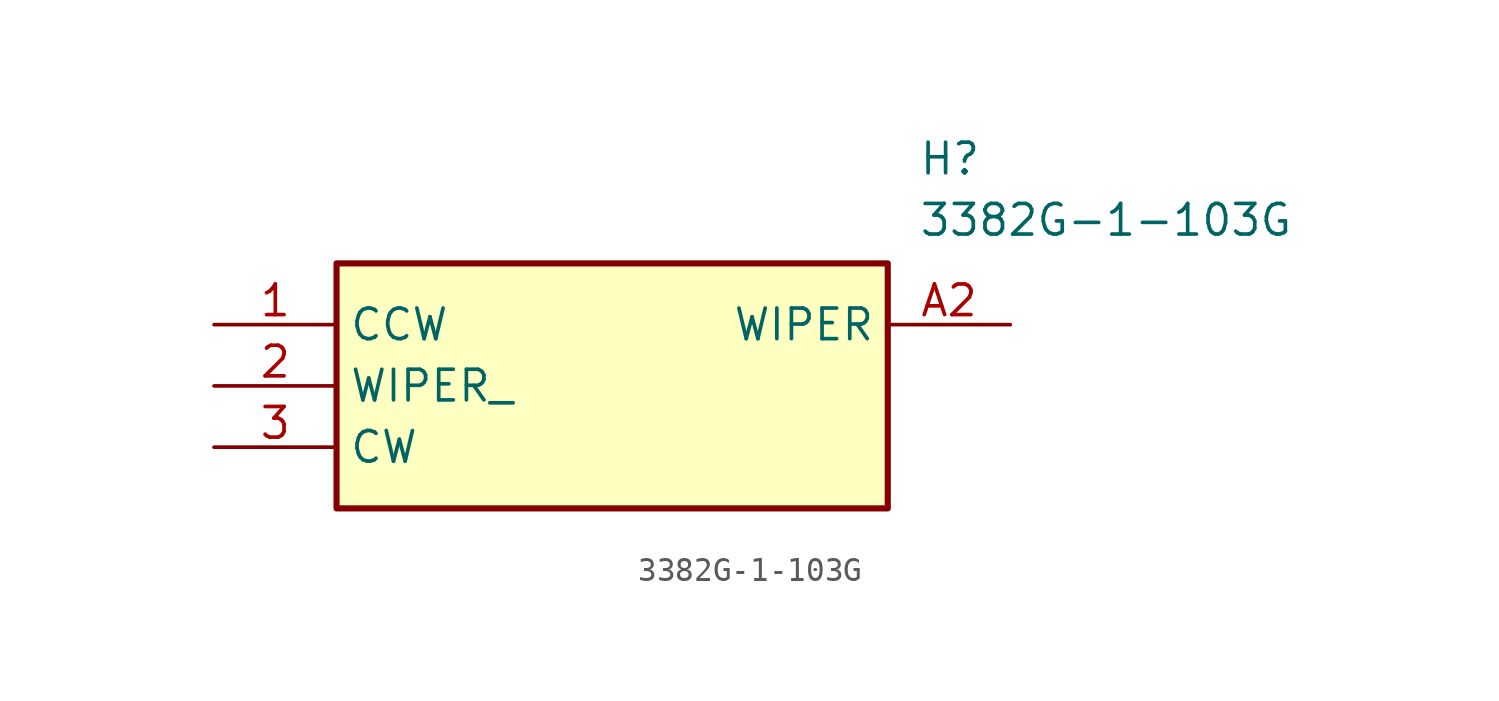
<source format=kicad_sym>
(kicad_symbol_lib
  (version 20211014)
  (generator SamacSys_ECAD_Model)
  (symbol "3382G-1-103G"
    (property "Reference" "H"
      (at 29.21 7.62 0)
      (effects (font (size 1.27 1.27)) (justify left top)))
    (property "Value" "3382G-1-103G"
      (at 29.21 5.08 0)
      (effects (font (size 1.27 1.27)) (justify left top)))
    (rectangle
      (start 5.08 2.54)
      (end 27.94 -7.62)
      (stroke (width 0.254) (type default))
      (fill (type background)))
    (pin passive line
      (at 0 0 0)
      (length 5.08)
      (name "CCW" (effects (font (size 1.27 1.27))))
      (number "1" (effects (font (size 1.27 1.27)))))
    (pin passive line
      (at 0 -2.54 0)
      (length 5.08)
      (name "WIPER_" (effects (font (size 1.27 1.27))))
      (number "2" (effects (font (size 1.27 1.27)))))
    (pin passive line
      (at 0 -5.08 0)
      (length 5.08)
      (name "CW" (effects (font (size 1.27 1.27))))
      (number "3" (effects (font (size 1.27 1.27)))))
    (pin passive line
      (at 33.02 0 180)
      (length 5.08)
      (name "WIPER" (effects (font (size 1.27 1.27))))
      (number "A2" (effects (font (size 1.27 1.27)))))))
</source>
